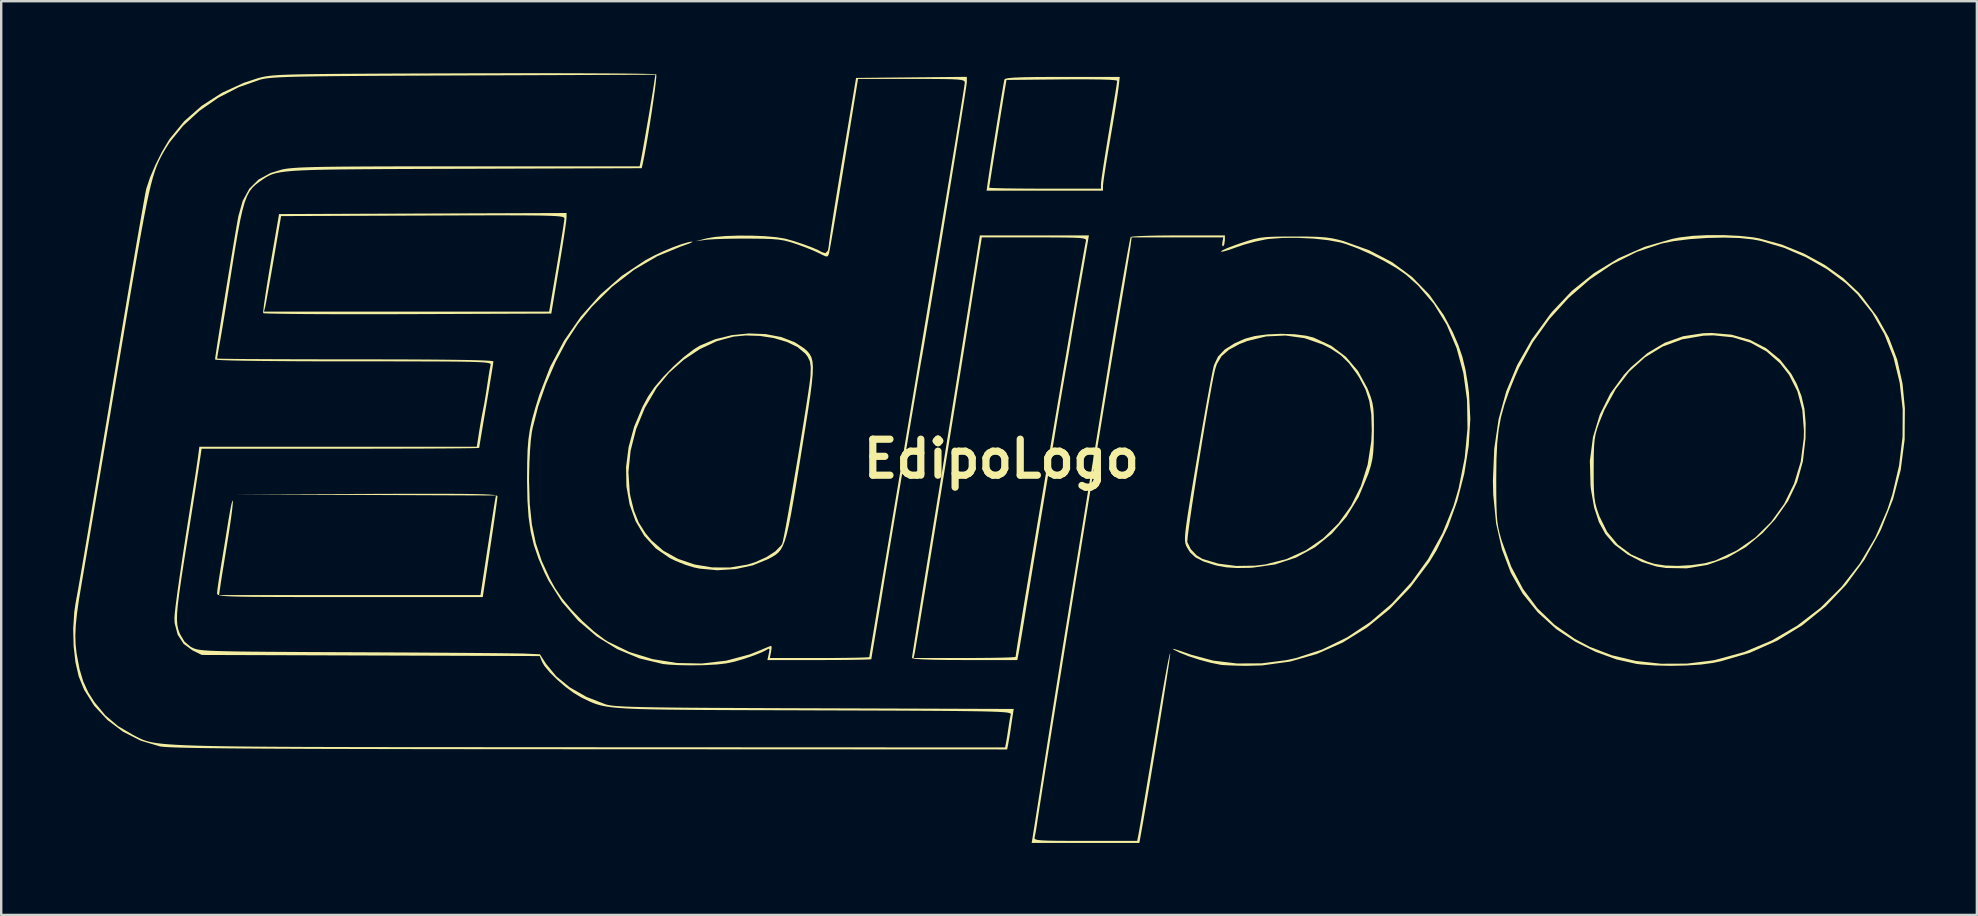
<source format=kicad_pcb>
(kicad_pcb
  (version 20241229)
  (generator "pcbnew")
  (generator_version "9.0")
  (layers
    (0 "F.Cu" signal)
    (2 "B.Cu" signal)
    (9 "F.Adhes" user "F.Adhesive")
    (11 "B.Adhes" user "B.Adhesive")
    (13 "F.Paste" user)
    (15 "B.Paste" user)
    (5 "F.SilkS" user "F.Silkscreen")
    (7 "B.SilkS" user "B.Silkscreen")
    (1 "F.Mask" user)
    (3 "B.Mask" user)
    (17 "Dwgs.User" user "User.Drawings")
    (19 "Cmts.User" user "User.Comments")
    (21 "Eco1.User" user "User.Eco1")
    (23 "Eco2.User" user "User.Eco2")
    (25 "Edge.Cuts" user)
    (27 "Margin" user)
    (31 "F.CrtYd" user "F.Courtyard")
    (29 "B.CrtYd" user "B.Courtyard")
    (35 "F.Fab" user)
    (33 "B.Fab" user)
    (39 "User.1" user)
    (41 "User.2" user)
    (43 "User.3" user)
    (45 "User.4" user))
  (footprint "EdipoLogo"
    (layer "F.Cu")
    (at 38.677 16.072)
    (property "Reference" "EdipoLogo" (at 0 0 0) (layer "F.SilkS") (effects (font (size 1.5 1.5) (thickness 0.3))))
    (attr board_only exclude_from_pos_files exclude_from_bom)
    (fp_poly (pts (xy -18.119 -10.061) (xy -18.132 -9.916) (xy -18.17 -9.638) (xy -18.226 -9.26) (xy -18.296 -8.816) (xy -18.338 -8.557) (xy -18.423 -8.048) (xy -18.507 -7.543) (xy -18.582 -7.093) (xy -18.64 -6.743) (xy -18.656 -6.646) (xy -18.755 -6.054) (xy -24.739 -6.032) (xy -25.73 -6.029) (xy -26.671 -6.028) (xy -27.548 -6.029) (xy -28.347 -6.032) (xy -29.056 -6.036) (xy -29.66 -6.042) (xy -30.145 -6.049) (xy -30.499 -6.057) (xy -30.708 -6.066) (xy -30.761 -6.074) (xy -30.759 -6.138) (xy -30.727 -6.138) (xy -24.785 -6.138) (xy -18.844 -6.138) (xy -18.528 -8.001) (xy -18.436 -8.549) (xy -18.354 -9.047) (xy -18.286 -9.469) (xy -18.237 -9.787) (xy -18.211 -9.977) (xy -18.208 -10.012) (xy -18.214 -10.041) (xy -18.242 -10.066) (xy -18.304 -10.087) (xy -18.411 -10.104) (xy -18.575 -10.118) (xy -18.808 -10.129) (xy -19.121 -10.138) (xy -19.526 -10.143) (xy -20.034 -10.147) (xy -20.657 -10.148) (xy -21.407 -10.148) (xy -22.296 -10.146) (xy -23.334 -10.142) (xy -24.109 -10.139) (xy -30.014 -10.118) (xy -30.321 -8.325) (xy -30.414 -7.784) (xy -30.501 -7.289) (xy -30.576 -6.868) (xy -30.634 -6.551) (xy -30.671 -6.363) (xy -30.677 -6.336) (xy -30.727 -6.138) (xy -30.759 -6.138) (xy -30.757 -6.172) (xy -30.728 -6.413) (xy -30.676 -6.774) (xy -30.605 -7.231) (xy -30.518 -7.76) (xy -30.449 -8.17) (xy -30.099 -10.202) (xy -24.109 -10.224) (xy -18.119 -10.246)) (stroke (width 0) (type solid)) (fill yes) (layer "F.SilkS"))
    (fp_poly (pts (xy -22.948 1.455) (xy -22.392 1.459) (xy -21.948 1.465) (xy -21.605 1.474) (xy -21.351 1.486) (xy -21.175 1.5) (xy -21.065 1.518) (xy -21.01 1.54) (xy -20.997 1.56) (xy -21.01 1.687) (xy -21.047 1.966) (xy -21.105 2.383) (xy -21.183 2.922) (xy -21.279 3.569) (xy -21.39 4.308) (xy -21.51 5.101) (xy -21.611 5.757) (xy -27.146 5.757) (xy -28.25 5.757) (xy -29.196 5.757) (xy -29.998 5.755) (xy -30.666 5.752) (xy -31.213 5.748) (xy -31.651 5.742) (xy -31.992 5.733) (xy -32.249 5.722) (xy -32.432 5.708) (xy -32.555 5.691) (xy -32.629 5.67) (xy -32.667 5.645) (xy -32.68 5.616) (xy -32.681 5.599) (xy -32.668 5.455) (xy -32.631 5.184) (xy -32.577 4.828) (xy -32.52 4.477) (xy -32.434 3.955) (xy -32.337 3.361) (xy -32.245 2.789) (xy -32.205 2.54) (xy -32.143 2.179) (xy -32.089 1.908) (xy -32.047 1.753) (xy -32.024 1.739) (xy -32.023 1.742) (xy -32.028 1.879) (xy -32.057 2.153) (xy -32.108 2.533) (xy -32.175 2.989) (xy -32.246 3.435) (xy -32.33 3.95) (xy -32.408 4.432) (xy -32.475 4.847) (xy -32.524 5.159) (xy -32.547 5.313) (xy -32.599 5.673) (xy -27.152 5.673) (xy -21.706 5.673) (xy -21.426 3.831) (xy -21.342 3.279) (xy -21.264 2.771) (xy -21.197 2.335) (xy -21.144 2.001) (xy -21.111 1.795) (xy -21.104 1.757) (xy -21.061 1.525) (xy -26.554 1.503) (xy -32.046 1.48) (xy -26.522 1.46) (xy -25.403 1.456) (xy -24.442 1.454) (xy -23.628 1.454)) (stroke (width 0) (type solid)) (fill yes) (layer "F.SilkS"))
    (fp_poly (pts (xy 4.883 -15.473) (xy 4.853 -15.252) (xy 4.798 -14.899) (xy 4.725 -14.446) (xy 4.639 -13.927) (xy 4.545 -13.376) (xy 4.533 -13.302) (xy 4.442 -12.77) (xy 4.362 -12.284) (xy 4.298 -11.874) (xy 4.254 -11.568) (xy 4.234 -11.393) (xy 4.233 -11.375) (xy 4.233 -11.176) (xy 1.809 -11.176) (xy -0.616 -11.176) (xy -0.598 -11.302) (xy -0.508 -11.302) (xy -0.427 -11.291) (xy -0.198 -11.282) (xy 0.157 -11.273) (xy 0.616 -11.267) (xy 1.158 -11.262) (xy 1.762 -11.261) (xy 1.82 -11.261) (xy 4.149 -11.261) (xy 4.149 -11.454) (xy 4.162 -11.59) (xy 4.201 -11.867) (xy 4.26 -12.259) (xy 4.336 -12.741) (xy 4.425 -13.287) (xy 4.487 -13.663) (xy 4.582 -14.229) (xy 4.666 -14.739) (xy 4.737 -15.171) (xy 4.789 -15.501) (xy 4.82 -15.703) (xy 4.826 -15.757) (xy 4.744 -15.779) (xy 4.508 -15.797) (xy 4.133 -15.809) (xy 3.635 -15.815) (xy 3.028 -15.816) (xy 2.52 -15.813) (xy 0.213 -15.79) (xy 0.148 -15.409) (xy 0.107 -15.162) (xy 0.049 -14.806) (xy -0.022 -14.37) (xy -0.1 -13.882) (xy -0.183 -13.368) (xy -0.265 -12.856) (xy -0.341 -12.375) (xy -0.408 -11.951) (xy -0.461 -11.612) (xy -0.496 -11.387) (xy -0.508 -11.302) (xy -0.598 -11.302) (xy -0.565 -11.536) (xy -0.519 -11.845) (xy -0.457 -12.252) (xy -0.382 -12.729) (xy -0.299 -13.25) (xy -0.213 -13.787) (xy -0.128 -14.313) (xy -0.048 -14.799) (xy 0.022 -15.22) (xy 0.078 -15.547) (xy 0.115 -15.754) (xy 0.127 -15.812) (xy 0.178 -15.844) (xy 0.314 -15.87) (xy 0.551 -15.889) (xy 0.902 -15.903) (xy 1.384 -15.912) (xy 2.009 -15.916) (xy 2.549 -15.917) (xy 4.934 -15.917)) (stroke (width 0) (type solid)) (fill yes) (layer "F.SilkS"))
    (fp_poly (pts (xy 30.428 -5.176) (xy 31.19 -4.961) (xy 31.867 -4.612) (xy 32.447 -4.136) (xy 32.917 -3.542) (xy 33.141 -3.129) (xy 33.341 -2.616) (xy 33.464 -2.088) (xy 33.515 -1.496) (xy 33.508 -0.848) (xy 33.4 0.099) (xy 33.161 0.96) (xy 32.781 1.757) (xy 32.25 2.512) (xy 31.717 3.094) (xy 31.016 3.677) (xy 30.243 4.121) (xy 29.417 4.418) (xy 28.559 4.561) (xy 27.69 4.546) (xy 27.304 4.486) (xy 26.695 4.296) (xy 26.093 3.983) (xy 25.565 3.584) (xy 25.535 3.556) (xy 25.173 3.136) (xy 24.898 2.634) (xy 24.7 2.026) (xy 24.57 1.288) (xy 24.55 1.115) (xy 24.532 0.423) (xy 24.682 0.423) (xy 24.683 0.933) (xy 24.692 1.313) (xy 24.712 1.601) (xy 24.748 1.837) (xy 24.806 2.059) (xy 24.89 2.306) (xy 24.922 2.394) (xy 25.242 3.04) (xy 25.685 3.571) (xy 26.251 3.988) (xy 26.945 4.292) (xy 27.22 4.374) (xy 27.655 4.442) (xy 28.186 4.459) (xy 28.753 4.427) (xy 29.293 4.352) (xy 29.743 4.235) (xy 29.766 4.226) (xy 30.64 3.817) (xy 31.413 3.279) (xy 32.075 2.626) (xy 32.618 1.873) (xy 33.032 1.032) (xy 33.308 0.118) (xy 33.435 -0.855) (xy 33.443 -1.172) (xy 33.375 -2.041) (xy 33.17 -2.815) (xy 32.824 -3.498) (xy 32.451 -3.979) (xy 31.882 -4.477) (xy 31.218 -4.842) (xy 30.474 -5.067) (xy 29.669 -5.148) (xy 29.252 -5.133) (xy 28.366 -4.981) (xy 27.552 -4.679) (xy 26.817 -4.23) (xy 26.165 -3.639) (xy 25.602 -2.909) (xy 25.131 -2.045) (xy 24.914 -1.513) (xy 24.825 -1.259) (xy 24.762 -1.035) (xy 24.722 -0.803) (xy 24.698 -0.522) (xy 24.686 -0.156) (xy 24.683 0.336) (xy 24.682 0.423) (xy 24.532 0.423) (xy 24.522 0.084) (xy 24.652 -0.907) (xy 24.936 -1.844) (xy 25.369 -2.716) (xy 25.947 -3.508) (xy 26.237 -3.82) (xy 26.92 -4.408) (xy 27.638 -4.836) (xy 28.406 -5.11) (xy 29.244 -5.237) (xy 29.597 -5.248)) (stroke (width 0) (type solid)) (fill yes) (layer "F.SilkS"))
    (fp_poly (pts (xy 12.748 -9.265) (xy 13.173 -9.253) (xy 13.507 -9.23) (xy 13.789 -9.19) (xy 14.056 -9.131) (xy 14.248 -9.079) (xy 15.326 -8.694) (xy 16.28 -8.197) (xy 17.113 -7.582) (xy 17.83 -6.847) (xy 18.436 -5.988) (xy 18.807 -5.288) (xy 19.038 -4.756) (xy 19.211 -4.251) (xy 19.34 -3.717) (xy 19.442 -3.099) (xy 19.486 -2.747) (xy 19.541 -1.669) (xy 19.473 -0.536) (xy 19.29 0.615) (xy 19 1.747) (xy 18.613 2.823) (xy 18.136 3.806) (xy 17.835 4.299) (xy 17.05 5.346) (xy 16.181 6.256) (xy 15.237 7.026) (xy 14.225 7.651) (xy 13.153 8.126) (xy 12.031 8.446) (xy 10.866 8.606) (xy 10.17 8.624) (xy 9.791 8.616) (xy 9.455 8.603) (xy 9.214 8.589) (xy 9.144 8.581) (xy 8.723 8.496) (xy 8.246 8.368) (xy 7.786 8.218) (xy 7.418 8.069) (xy 7.408 8.064) (xy 7.204 7.961) (xy 7.132 7.913) (xy 7.2 7.922) (xy 7.412 7.988) (xy 7.775 8.112) (xy 7.922 8.164) (xy 8.831 8.406) (xy 9.818 8.525) (xy 10.844 8.519) (xy 11.869 8.388) (xy 12.277 8.299) (xy 13.366 7.944) (xy 14.404 7.437) (xy 15.378 6.792) (xy 16.275 6.023) (xy 17.082 5.143) (xy 17.787 4.165) (xy 18.376 3.103) (xy 18.836 1.97) (xy 19.052 1.236) (xy 19.307 -0.038) (xy 19.423 -1.27) (xy 19.404 -2.452) (xy 19.251 -3.573) (xy 18.967 -4.621) (xy 18.556 -5.587) (xy 18.019 -6.46) (xy 17.358 -7.23) (xy 16.853 -7.679) (xy 16.464 -7.949) (xy 15.965 -8.238) (xy 15.411 -8.52) (xy 14.854 -8.768) (xy 14.349 -8.955) (xy 14.139 -9.016) (xy 13.63 -9.112) (xy 13.015 -9.179) (xy 12.357 -9.211) (xy 11.717 -9.208) (xy 11.156 -9.166) (xy 11.029 -9.148) (xy 10.596 -9.058) (xy 10.123 -8.93) (xy 9.758 -8.806) (xy 9.47 -8.704) (xy 9.255 -8.643) (xy 9.149 -8.634) (xy 9.144 -8.641) (xy 9.219 -8.696) (xy 9.422 -8.788) (xy 9.719 -8.901) (xy 9.97 -8.989) (xy 10.284 -9.092) (xy 10.543 -9.165) (xy 10.784 -9.214) (xy 11.048 -9.244) (xy 11.374 -9.26) (xy 11.801 -9.266) (xy 12.192 -9.267)) (stroke (width 0) (type solid)) (fill yes) (layer "F.SilkS"))
    (fp_poly (pts (xy -9.829 -5.201) (xy -9.18 -5.079) (xy -8.611 -4.862) (xy -8.213 -4.602) (xy -8.087 -4.489) (xy -7.989 -4.372) (xy -7.916 -4.235) (xy -7.871 -4.06) (xy -7.853 -3.831) (xy -7.862 -3.529) (xy -7.899 -3.138) (xy -7.963 -2.641) (xy -8.055 -2.02) (xy -8.175 -1.259) (xy -8.253 -0.776) (xy -8.412 0.211) (xy -8.548 1.045) (xy -8.665 1.739) (xy -8.766 2.31) (xy -8.857 2.769) (xy -8.941 3.132) (xy -9.023 3.413) (xy -9.107 3.626) (xy -9.196 3.785) (xy -9.295 3.904) (xy -9.409 3.997) (xy -9.541 4.079) (xy -9.695 4.163) (xy -9.716 4.174) (xy -10.353 4.435) (xy -11.076 4.592) (xy -11.836 4.64) (xy -12.581 4.571) (xy -12.816 4.522) (xy -13.172 4.412) (xy -13.568 4.253) (xy -13.816 4.133) (xy -14.402 3.73) (xy -14.878 3.212) (xy -15.241 2.598) (xy -15.491 1.903) (xy -15.624 1.145) (xy -15.635 0.555) (xy -15.54 0.555) (xy -15.484 1.412) (xy -15.458 1.557) (xy -15.31 2.159) (xy -15.111 2.652) (xy -14.833 3.092) (xy -14.586 3.39) (xy -14.085 3.827) (xy -13.473 4.166) (xy -12.784 4.4) (xy -12.049 4.522) (xy -11.302 4.525) (xy -10.573 4.402) (xy -10.25 4.3) (xy -9.791 4.094) (xy -9.42 3.853) (xy -9.174 3.602) (xy -9.134 3.538) (xy -9.103 3.423) (xy -9.049 3.162) (xy -8.975 2.778) (xy -8.887 2.293) (xy -8.787 1.727) (xy -8.678 1.104) (xy -8.566 0.445) (xy -8.452 -0.229) (xy -8.342 -0.894) (xy -8.239 -1.53) (xy -8.146 -2.115) (xy -8.067 -2.625) (xy -8.006 -3.041) (xy -7.966 -3.339) (xy -7.953 -3.471) (xy -7.943 -3.819) (xy -7.977 -4.061) (xy -8.07 -4.256) (xy -8.177 -4.395) (xy -8.492 -4.658) (xy -8.935 -4.873) (xy -9.468 -5.031) (xy -10.056 -5.124) (xy -10.661 -5.143) (xy -11.159 -5.095) (xy -11.86 -4.905) (xy -12.565 -4.574) (xy -13.24 -4.127) (xy -13.847 -3.588) (xy -14.352 -2.98) (xy -14.368 -2.956) (xy -14.857 -2.122) (xy -15.22 -1.24) (xy -15.45 -0.338) (xy -15.54 0.555) (xy -15.635 0.555) (xy -15.639 0.34) (xy -15.533 -0.494) (xy -15.303 -1.341) (xy -14.948 -2.184) (xy -14.72 -2.604) (xy -14.45 -2.994) (xy -14.085 -3.423) (xy -13.665 -3.854) (xy -13.23 -4.247) (xy -12.818 -4.563) (xy -12.564 -4.72) (xy -11.926 -4.987) (xy -11.235 -5.156) (xy -10.525 -5.227)) (stroke (width 0) (type solid)) (fill yes) (layer "F.SilkS"))
    (fp_poly (pts (xy 12.205 -5.195) (xy 12.706 -5.132) (xy 13.012 -5.054) (xy 13.741 -4.717) (xy 14.356 -4.255) (xy 14.858 -3.667) (xy 15.247 -2.953) (xy 15.3 -2.825) (xy 15.396 -2.567) (xy 15.461 -2.34) (xy 15.5 -2.101) (xy 15.519 -1.804) (xy 15.524 -1.405) (xy 15.523 -1.143) (xy 15.516 -0.656) (xy 15.497 -0.288) (xy 15.459 0.009) (xy 15.397 0.286) (xy 15.302 0.591) (xy 15.287 0.635) (xy 14.889 1.584) (xy 14.381 2.412) (xy 13.772 3.113) (xy 13.068 3.682) (xy 12.277 4.112) (xy 11.407 4.398) (xy 10.465 4.533) (xy 10.329 4.54) (xy 9.805 4.547) (xy 9.387 4.52) (xy 9.016 4.456) (xy 8.883 4.422) (xy 8.419 4.273) (xy 8.09 4.105) (xy 7.863 3.897) (xy 7.725 3.672) (xy 7.69 3.593) (xy 7.665 3.51) (xy 7.655 3.432) (xy 7.749 3.432) (xy 7.75 3.471) (xy 7.89 3.757) (xy 8.134 4.017) (xy 8.382 4.169) (xy 9.041 4.365) (xy 9.789 4.46) (xy 10.576 4.449) (xy 11.002 4.397) (xy 11.886 4.172) (xy 12.695 3.804) (xy 13.418 3.304) (xy 14.046 2.685) (xy 14.57 1.959) (xy 14.979 1.139) (xy 15.263 0.238) (xy 15.413 -0.732) (xy 15.434 -1.185) (xy 15.415 -1.85) (xy 15.332 -2.404) (xy 15.171 -2.897) (xy 14.917 -3.379) (xy 14.806 -3.551) (xy 14.479 -3.991) (xy 14.141 -4.322) (xy 13.733 -4.593) (xy 13.392 -4.766) (xy 12.638 -5.029) (xy 11.84 -5.141) (xy 11.032 -5.103) (xy 10.246 -4.913) (xy 9.925 -4.786) (xy 9.479 -4.545) (xy 9.172 -4.277) (xy 8.978 -3.949) (xy 8.901 -3.705) (xy 8.843 -3.44) (xy 8.768 -3.051) (xy 8.679 -2.559) (xy 8.579 -1.987) (xy 8.471 -1.356) (xy 8.36 -0.688) (xy 8.249 -0.003) (xy 8.141 0.676) (xy 8.039 1.329) (xy 7.947 1.932) (xy 7.869 2.466) (xy 7.807 2.908) (xy 7.766 3.237) (xy 7.749 3.432) (xy 7.655 3.432) (xy 7.651 3.404) (xy 7.651 3.26) (xy 7.666 3.061) (xy 7.698 2.792) (xy 7.749 2.435) (xy 7.821 1.974) (xy 7.916 1.393) (xy 8.036 0.676) (xy 8.16 -0.063) (xy 8.289 -0.822) (xy 8.414 -1.543) (xy 8.531 -2.206) (xy 8.637 -2.79) (xy 8.727 -3.275) (xy 8.799 -3.641) (xy 8.849 -3.868) (xy 8.86 -3.91) (xy 9.024 -4.259) (xy 9.304 -4.555) (xy 9.719 -4.817) (xy 10.148 -5.007) (xy 10.557 -5.118) (xy 11.074 -5.187) (xy 11.642 -5.212)) (stroke (width 0) (type solid)) (fill yes) (layer "F.SilkS"))
    (fp_poly (pts (xy 30.749 -9.294) (xy 31.326 -9.233) (xy 31.566 -9.191) (xy 32.518 -8.931) (xy 33.442 -8.556) (xy 34.307 -8.085) (xy 35.078 -7.536) (xy 35.725 -6.928) (xy 35.848 -6.786) (xy 36.49 -5.927) (xy 36.981 -5.051) (xy 37.331 -4.129) (xy 37.551 -3.134) (xy 37.649 -2.117) (xy 37.639 -0.8) (xy 37.476 0.459) (xy 37.155 1.685) (xy 36.672 2.903) (xy 36.596 3.066) (xy 35.958 4.211) (xy 35.203 5.242) (xy 34.34 6.151) (xy 33.377 6.932) (xy 32.322 7.577) (xy 31.185 8.081) (xy 29.973 8.435) (xy 29.645 8.503) (xy 29.147 8.57) (xy 28.54 8.61) (xy 27.883 8.624) (xy 27.235 8.609) (xy 26.655 8.566) (xy 26.461 8.542) (xy 25.624 8.354) (xy 24.76 8.039) (xy 23.924 7.623) (xy 23.169 7.127) (xy 23.108 7.08) (xy 22.35 6.394) (xy 21.724 5.618) (xy 21.228 4.745) (xy 20.86 3.771) (xy 20.616 2.691) (xy 20.496 1.498) (xy 20.482 0.908) (xy 20.487 0.785) (xy 20.622 0.785) (xy 20.622 0.889) (xy 20.624 1.491) (xy 20.631 1.955) (xy 20.644 2.313) (xy 20.666 2.597) (xy 20.701 2.836) (xy 20.752 3.064) (xy 20.821 3.312) (xy 20.856 3.429) (xy 21.245 4.489) (xy 21.736 5.418) (xy 22.336 6.223) (xy 23.052 6.913) (xy 23.891 7.498) (xy 24.516 7.83) (xy 25.429 8.181) (xy 26.433 8.418) (xy 27.492 8.535) (xy 28.571 8.53) (xy 29.632 8.399) (xy 29.747 8.377) (xy 30.957 8.047) (xy 32.098 7.569) (xy 33.161 6.95) (xy 34.134 6.203) (xy 35.006 5.336) (xy 35.768 4.36) (xy 36.409 3.284) (xy 36.917 2.118) (xy 37.125 1.481) (xy 37.407 0.275) (xy 37.551 -0.913) (xy 37.558 -2.067) (xy 37.432 -3.175) (xy 37.177 -4.222) (xy 36.794 -5.196) (xy 36.288 -6.083) (xy 35.66 -6.869) (xy 35.182 -7.324) (xy 34.407 -7.9) (xy 33.533 -8.399) (xy 32.61 -8.797) (xy 31.685 -9.072) (xy 31.305 -9.146) (xy 30.76 -9.203) (xy 30.106 -9.222) (xy 29.399 -9.206) (xy 28.693 -9.157) (xy 28.044 -9.079) (xy 27.517 -8.975) (xy 26.473 -8.624) (xy 25.468 -8.119) (xy 24.516 -7.475) (xy 23.635 -6.708) (xy 22.839 -5.83) (xy 22.145 -4.857) (xy 21.57 -3.803) (xy 21.402 -3.425) (xy 21.152 -2.802) (xy 20.96 -2.251) (xy 20.819 -1.735) (xy 20.722 -1.212) (xy 20.662 -0.645) (xy 20.631 0.008) (xy 20.622 0.785) (xy 20.487 0.785) (xy 20.538 -0.424) (xy 20.72 -1.657) (xy 21.036 -2.811) (xy 21.493 -3.909) (xy 22.098 -4.971) (xy 22.86 -6.018) (xy 22.957 -6.138) (xy 23.769 -6.997) (xy 24.696 -7.741) (xy 25.716 -8.359) (xy 26.81 -8.838) (xy 27.957 -9.168) (xy 28.265 -9.229) (xy 28.793 -9.293) (xy 29.423 -9.325) (xy 30.095 -9.325)) (stroke (width 0) (type solid)) (fill yes) (layer "F.SilkS"))
    (fp_poly (pts (xy 9.313 -9.107) (xy 9.287 -8.931) (xy 9.241 -8.855) (xy 9.201 -8.89) (xy 9.208 -9.02) (xy 9.248 -9.229) (xy 7.339 -9.229) (xy 5.429 -9.229) (xy 5.375 -8.826) (xy 5.345 -8.627) (xy 5.292 -8.291) (xy 5.219 -7.847) (xy 5.133 -7.327) (xy 5.037 -6.759) (xy 4.99 -6.477) (xy 4.9 -5.944) (xy 4.789 -5.279) (xy 4.659 -4.498) (xy 4.513 -3.612) (xy 4.353 -2.635) (xy 4.181 -1.581) (xy 3.998 -0.462) (xy 3.808 0.707) (xy 3.612 1.913) (xy 3.413 3.143) (xy 3.212 4.383) (xy 3.012 5.621) (xy 2.815 6.843) (xy 2.623 8.035) (xy 2.439 9.183) (xy 2.263 10.276) (xy 2.1 11.299) (xy 1.95 12.238) (xy 1.816 13.081) (xy 1.701 13.815) (xy 1.605 14.425) (xy 1.532 14.898) (xy 1.484 15.221) (xy 1.475 15.282) (xy 1.433 15.539) (xy 1.392 15.741) (xy 1.385 15.769) (xy 1.382 15.815) (xy 1.414 15.85) (xy 1.5 15.876) (xy 1.658 15.894) (xy 1.907 15.906) (xy 2.267 15.913) (xy 2.756 15.916) (xy 3.392 15.917) (xy 3.501 15.917) (xy 5.659 15.917) (xy 5.706 15.684) (xy 5.739 15.505) (xy 5.798 15.169) (xy 5.881 14.686) (xy 5.986 14.067) (xy 6.111 13.322) (xy 6.256 12.462) (xy 6.417 11.497) (xy 6.594 10.436) (xy 6.636 10.178) (xy 6.734 9.602) (xy 6.825 9.089) (xy 6.905 8.659) (xy 6.97 8.334) (xy 7.017 8.135) (xy 7.038 8.083) (xy 7.032 8.17) (xy 7.001 8.405) (xy 6.947 8.769) (xy 6.875 9.24) (xy 6.787 9.802) (xy 6.687 10.433) (xy 6.577 11.114) (xy 6.461 11.827) (xy 6.342 12.551) (xy 6.223 13.267) (xy 6.108 13.956) (xy 5.998 14.598) (xy 5.898 15.174) (xy 5.811 15.664) (xy 5.8 15.727) (xy 5.75 16.002) (xy 3.506 16.002) (xy 1.262 16.002) (xy 1.308 15.727) (xy 1.334 15.565) (xy 1.382 15.263) (xy 1.447 14.851) (xy 1.525 14.356) (xy 1.612 13.807) (xy 1.652 13.547) (xy 1.777 12.75) (xy 1.892 12.022) (xy 1.999 11.344) (xy 2.101 10.697) (xy 2.202 10.061) (xy 2.304 9.42) (xy 2.411 8.753) (xy 2.525 8.041) (xy 2.65 7.268) (xy 2.789 6.412) (xy 2.944 5.456) (xy 3.119 4.382) (xy 3.316 3.169) (xy 3.439 2.413) (xy 3.597 1.437) (xy 3.752 0.487) (xy 3.899 -0.422) (xy 4.037 -1.27) (xy 4.162 -2.042) (xy 4.272 -2.72) (xy 4.363 -3.287) (xy 4.434 -3.725) (xy 4.481 -4.017) (xy 4.488 -4.064) (xy 4.58 -4.633) (xy 4.681 -5.249) (xy 4.788 -5.89) (xy 4.897 -6.533) (xy 5.004 -7.157) (xy 5.105 -7.739) (xy 5.197 -8.257) (xy 5.275 -8.689) (xy 5.336 -9.011) (xy 5.376 -9.204) (xy 5.388 -9.247) (xy 5.481 -9.266) (xy 5.718 -9.283) (xy 6.077 -9.297) (xy 6.531 -9.307) (xy 7.058 -9.312) (xy 7.371 -9.313) (xy 9.313 -9.313)) (stroke (width 0) (type solid)) (fill yes) (layer "F.SilkS"))
    (fp_poly (pts (xy 3.602 -9.038) (xy 3.573 -8.87) (xy 3.521 -8.567) (xy 3.45 -8.159) (xy 3.366 -7.676) (xy 3.274 -7.151) (xy 3.267 -7.112) (xy 3.169 -6.553) (xy 3.075 -6.004) (xy 2.989 -5.505) (xy 2.92 -5.095) (xy 2.876 -4.826) (xy 2.822 -4.494) (xy 2.774 -4.211) (xy 2.742 -4.032) (xy 2.74 -4.022) (xy 2.712 -3.867) (xy 2.662 -3.584) (xy 2.598 -3.21) (xy 2.524 -2.783) (xy 2.449 -2.341) (xy 2.379 -1.923) (xy 2.32 -1.566) (xy 2.292 -1.397) (xy 2.262 -1.213) (xy 2.208 -0.885) (xy 2.133 -0.436) (xy 2.042 0.111) (xy 1.939 0.733) (xy 1.827 1.408) (xy 1.744 1.905) (xy 1.616 2.672) (xy 1.485 3.465) (xy 1.355 4.248) (xy 1.234 4.984) (xy 1.126 5.639) (xy 1.038 6.177) (xy 1.01 6.35) (xy 0.927 6.861) (xy 0.85 7.328) (xy 0.784 7.72) (xy 0.736 8.005) (xy 0.71 8.149) (xy 0.664 8.382) (xy -1.531 8.382) (xy -2.271 8.379) (xy -2.865 8.369) (xy -3.309 8.353) (xy -3.596 8.332) (xy -3.72 8.304) (xy -3.725 8.297) (xy -3.659 8.297) (xy -1.533 8.297) (xy -0.953 8.295) (xy -0.434 8.29) (xy 0.003 8.282) (xy 0.334 8.272) (xy 0.538 8.259) (xy 0.593 8.248) (xy 0.607 8.138) (xy 0.647 7.876) (xy 0.711 7.473) (xy 0.797 6.945) (xy 0.902 6.304) (xy 1.025 5.565) (xy 1.162 4.74) (xy 1.312 3.845) (xy 1.471 2.891) (xy 1.639 1.894) (xy 1.812 0.866) (xy 1.989 -0.179) (xy 2.166 -1.227) (xy 2.342 -2.264) (xy 2.514 -3.277) (xy 2.681 -4.252) (xy 2.838 -5.175) (xy 2.986 -6.034) (xy 3.12 -6.814) (xy 3.239 -7.501) (xy 3.341 -8.082) (xy 3.423 -8.544) (xy 3.482 -8.872) (xy 3.517 -9.053) (xy 3.524 -9.081) (xy 3.527 -9.126) (xy 3.496 -9.16) (xy 3.412 -9.186) (xy 3.255 -9.205) (xy 3.008 -9.217) (xy 2.651 -9.224) (xy 2.166 -9.228) (xy 1.534 -9.229) (xy 1.377 -9.229) (xy -0.814 -9.229) (xy -0.913 -8.615) (xy -0.958 -8.333) (xy -1.023 -7.923) (xy -1.102 -7.424) (xy -1.188 -6.877) (xy -1.271 -6.35) (xy -1.347 -5.865) (xy -1.442 -5.266) (xy -1.553 -4.569) (xy -1.678 -3.788) (xy -1.815 -2.938) (xy -1.96 -2.034) (xy -2.113 -1.09) (xy -2.269 -0.121) (xy -2.427 0.859) (xy -2.585 1.834) (xy -2.74 2.79) (xy -2.89 3.712) (xy -3.032 4.585) (xy -3.164 5.395) (xy -3.284 6.127) (xy -3.389 6.767) (xy -3.476 7.299) (xy -3.545 7.709) (xy -3.591 7.983) (xy -3.613 8.104) (xy -3.613 8.107) (xy -3.659 8.297) (xy -3.725 8.297) (xy -3.725 8.297) (xy -3.712 8.197) (xy -3.674 7.949) (xy -3.614 7.568) (xy -3.535 7.074) (xy -3.44 6.483) (xy -3.332 5.813) (xy -3.213 5.082) (xy -3.14 4.635) (xy -2.876 3.018) (xy -2.626 1.483) (xy -2.383 -0.013) (xy -2.142 -1.51) (xy -1.895 -3.05) (xy -1.635 -4.673) (xy -1.356 -6.421) (xy -1.344 -6.498) (xy -0.896 -9.313) (xy 1.376 -9.313) (xy 3.648 -9.313)) (stroke (width 0) (type solid)) (fill yes) (layer "F.SilkS"))
    (fp_poly (pts (xy -1.439 -15.695) (xy -1.453 -15.587) (xy -1.491 -15.33) (xy -1.552 -14.938) (xy -1.633 -14.429) (xy -1.73 -13.82) (xy -1.841 -13.127) (xy -1.964 -12.367) (xy -2.096 -11.557) (xy -2.234 -10.712) (xy -2.375 -9.851) (xy -2.516 -8.989) (xy -2.656 -8.143) (xy -2.79 -7.33) (xy -2.917 -6.566) (xy -3.033 -5.868) (xy -3.137 -5.253) (xy -3.224 -4.738) (xy -3.293 -4.338) (xy -3.341 -4.071) (xy -3.342 -4.064) (xy -3.371 -3.902) (xy -3.424 -3.592) (xy -3.499 -3.155) (xy -3.591 -2.61) (xy -3.698 -1.976) (xy -3.817 -1.274) (xy -3.943 -0.522) (xy -4.075 0.259) (xy -4.207 1.049) (xy -4.338 1.83) (xy -4.464 2.582) (xy -4.581 3.284) (xy -4.687 3.917) (xy -4.777 4.462) (xy -4.85 4.898) (xy -4.9 5.207) (xy -4.914 5.292) (xy -5 5.827) (xy -5.1 6.433) (xy -5.198 7.019) (xy -5.247 7.311) (xy -5.313 7.702) (xy -5.368 8.027) (xy -5.405 8.254) (xy -5.419 8.348) (xy -5.419 8.348) (xy -5.5 8.357) (xy -5.727 8.365) (xy -6.08 8.372) (xy -6.534 8.378) (xy -7.068 8.381) (xy -7.584 8.382) (xy -9.75 8.382) (xy -9.693 8.121) (xy -9.661 7.945) (xy -9.695 7.907) (xy -9.825 7.98) (xy -9.834 7.986) (xy -10.005 8.069) (xy -10.286 8.181) (xy -10.628 8.301) (xy -10.753 8.342) (xy -11.123 8.45) (xy -11.467 8.522) (xy -11.843 8.566) (xy -12.308 8.592) (xy -12.531 8.599) (xy -12.995 8.603) (xy -13.452 8.594) (xy -13.846 8.574) (xy -14.097 8.548) (xy -15.079 8.314) (xy -16.006 7.927) (xy -16.863 7.398) (xy -17.636 6.739) (xy -18.31 5.961) (xy -18.869 5.076) (xy -19.042 4.729) (xy -19.291 4.149) (xy -19.479 3.597) (xy -19.613 3.034) (xy -19.701 2.423) (xy -19.749 1.725) (xy -19.764 0.903) (xy -19.764 0.804) (xy -19.759 0.152) (xy -19.743 -0.374) (xy -19.707 -0.819) (xy -19.647 -1.227) (xy -19.556 -1.642) (xy -19.427 -2.107) (xy -19.254 -2.667) (xy -18.804 -3.833) (xy -18.221 -4.928) (xy -17.521 -5.935) (xy -16.715 -6.84) (xy -15.819 -7.624) (xy -14.844 -8.272) (xy -14.478 -8.468) (xy -14.081 -8.654) (xy -13.678 -8.822) (xy -13.312 -8.954) (xy -13.023 -9.036) (xy -12.877 -9.056) (xy -12.884 -9.031) (xy -13.024 -8.968) (xy -13.269 -8.88) (xy -13.335 -8.858) (xy -14.338 -8.445) (xy -15.306 -7.879) (xy -16.219 -7.174) (xy -17.056 -6.348) (xy -17.642 -5.63) (xy -18.123 -4.893) (xy -18.575 -4.039) (xy -18.975 -3.118) (xy -19.301 -2.184) (xy -19.531 -1.288) (xy -19.567 -1.101) (xy -19.607 -0.786) (xy -19.641 -0.351) (xy -19.666 0.155) (xy -19.679 0.683) (xy -19.681 0.889) (xy -19.653 1.872) (xy -19.563 2.734) (xy -19.4 3.514) (xy -19.155 4.249) (xy -18.818 4.981) (xy -18.602 5.376) (xy -18.307 5.811) (xy -17.91 6.287) (xy -17.452 6.761) (xy -16.978 7.189) (xy -16.53 7.528) (xy -16.394 7.614) (xy -15.499 8.047) (xy -14.53 8.344) (xy -13.515 8.505) (xy -12.484 8.526) (xy -11.465 8.408) (xy -10.487 8.147) (xy -10.035 7.968) (xy -9.799 7.867) (xy -9.633 7.802) (xy -9.588 7.789) (xy -9.573 7.861) (xy -9.595 8.035) (xy -9.597 8.043) (xy -9.648 8.297) (xy -7.576 8.297) (xy -7.003 8.296) (xy -6.492 8.291) (xy -6.064 8.284) (xy -5.742 8.276) (xy -5.549 8.265) (xy -5.503 8.257) (xy -5.49 8.169) (xy -5.45 7.927) (xy -5.386 7.543) (xy -5.301 7.031) (xy -5.196 6.402) (xy -5.074 5.669) (xy -4.936 4.846) (xy -4.785 3.945) (xy -4.623 2.978) (xy -4.452 1.958) (xy -4.397 1.632) (xy -4.019 -0.617) (xy -3.667 -2.715) (xy -3.341 -4.66) (xy -3.042 -6.451) (xy -2.768 -8.088) (xy -2.522 -9.568) (xy -2.302 -10.891) (xy -2.109 -12.055) (xy -1.943 -13.061) (xy -1.804 -13.905) (xy -1.694 -14.588) (xy -1.61 -15.107) (xy -1.555 -15.463) (xy -1.528 -15.653) (xy -1.525 -15.684) (xy -1.535 -15.729) (xy -1.579 -15.764) (xy -1.674 -15.79) (xy -1.841 -15.809) (xy -2.098 -15.821) (xy -2.463 -15.828) (xy -2.957 -15.832) (xy -3.597 -15.833) (xy -3.748 -15.833) (xy -5.973 -15.833) (xy -6.556 -12.255) (xy -6.68 -11.494) (xy -6.798 -10.78) (xy -6.907 -10.134) (xy -7.002 -9.572) (xy -7.081 -9.113) (xy -7.142 -8.774) (xy -7.18 -8.575) (xy -7.191 -8.53) (xy -7.235 -8.444) (xy -7.314 -8.436) (xy -7.476 -8.508) (xy -7.56 -8.553) (xy -7.798 -8.664) (xy -8.129 -8.8) (xy -8.489 -8.933) (xy -8.532 -8.948) (xy -8.797 -9.035) (xy -9.033 -9.096) (xy -9.279 -9.137) (xy -9.574 -9.161) (xy -9.955 -9.174) (xy -10.462 -9.179) (xy -10.541 -9.18) (xy -11.041 -9.178) (xy -11.516 -9.17) (xy -11.924 -9.156) (xy -12.225 -9.138) (xy -12.319 -9.128) (xy -12.742 -9.07) (xy -12.277 -9.191) (xy -11.94 -9.249) (xy -11.481 -9.287) (xy -10.949 -9.304) (xy -10.388 -9.302) (xy -9.847 -9.28) (xy -9.372 -9.238) (xy -9.009 -9.178) (xy -8.993 -9.174) (xy -8.64 -9.074) (xy -8.264 -8.95) (xy -7.912 -8.82) (xy -7.632 -8.701) (xy -7.476 -8.615) (xy -7.331 -8.574) (xy -7.228 -8.68) (xy -7.193 -8.874) (xy -7.179 -9.005) (xy -7.139 -9.285) (xy -7.077 -9.692) (xy -6.996 -10.21) (xy -6.898 -10.817) (xy -6.787 -11.496) (xy -6.666 -12.227) (xy -6.622 -12.488) (xy -6.054 -15.875) (xy -3.747 -15.898) (xy -1.439 -15.92)) (stroke (width 0) (type solid)) (fill yes) (layer "F.SilkS"))
    (fp_poly (pts (xy -18.153 -16.07) (xy -17.27 -16.067) (xy -16.482 -16.063) (xy -15.802 -16.058) (xy -15.24 -16.052) (xy -14.81 -16.044) (xy -14.522 -16.036) (xy -14.389 -16.026) (xy -14.381 -16.024) (xy -14.378 -15.928) (xy -14.4 -15.695) (xy -14.442 -15.353) (xy -14.501 -14.93) (xy -14.57 -14.455) (xy -14.647 -13.958) (xy -14.727 -13.466) (xy -14.806 -13.01) (xy -14.879 -12.616) (xy -14.941 -12.315) (xy -14.944 -12.3) (xy -14.988 -12.113) (xy -22.374 -12.088) (xy -23.698 -12.084) (xy -24.863 -12.08) (xy -25.881 -12.075) (xy -26.762 -12.069) (xy -27.519 -12.062) (xy -28.162 -12.052) (xy -28.701 -12.039) (xy -29.149 -12.022) (xy -29.516 -12.001) (xy -29.813 -11.974) (xy -30.051 -11.941) (xy -30.241 -11.902) (xy -30.395 -11.856) (xy -30.523 -11.801) (xy -30.637 -11.738) (xy -30.747 -11.666) (xy -30.865 -11.584) (xy -30.897 -11.562) (xy -31.061 -11.439) (xy -31.201 -11.309) (xy -31.323 -11.153) (xy -31.429 -10.956) (xy -31.527 -10.699) (xy -31.621 -10.368) (xy -31.717 -9.944) (xy -31.818 -9.411) (xy -31.931 -8.753) (xy -32.06 -7.952) (xy -32.133 -7.493) (xy -32.228 -6.892) (xy -32.322 -6.304) (xy -32.41 -5.764) (xy -32.486 -5.309) (xy -32.544 -4.972) (xy -32.56 -4.88) (xy -32.617 -4.566) (xy -32.659 -4.322) (xy -32.68 -4.192) (xy -32.681 -4.182) (xy -32.599 -4.176) (xy -32.361 -4.171) (xy -31.981 -4.166) (xy -31.473 -4.161) (xy -30.851 -4.158) (xy -30.128 -4.154) (xy -29.318 -4.152) (xy -28.436 -4.15) (xy -27.493 -4.149) (xy -26.924 -4.149) (xy -25.663 -4.147) (xy -24.552 -4.144) (xy -23.594 -4.138) (xy -22.791 -4.129) (xy -22.146 -4.119) (xy -21.661 -4.106) (xy -21.339 -4.09) (xy -21.182 -4.073) (xy -21.167 -4.065) (xy -21.18 -3.959) (xy -21.218 -3.713) (xy -21.277 -3.352) (xy -21.351 -2.902) (xy -21.437 -2.39) (xy -21.463 -2.238) (xy -21.551 -1.716) (xy -21.629 -1.253) (xy -21.693 -0.874) (xy -21.737 -0.605) (xy -21.758 -0.47) (xy -21.759 -0.459) (xy -21.842 -0.453) (xy -22.08 -0.447) (xy -22.46 -0.442) (xy -22.968 -0.437) (xy -23.59 -0.433) (xy -24.314 -0.429) (xy -25.124 -0.427) (xy -26.008 -0.425) (xy -26.951 -0.424) (xy -27.542 -0.423) (xy -33.325 -0.423) (xy -33.477 0.572) (xy -33.536 0.95) (xy -33.614 1.456) (xy -33.708 2.05) (xy -33.809 2.692) (xy -33.912 3.342) (xy -33.956 3.622) (xy -34.086 4.443) (xy -34.188 5.114) (xy -34.264 5.656) (xy -34.317 6.087) (xy -34.346 6.425) (xy -34.353 6.688) (xy -34.34 6.896) (xy -34.308 7.067) (xy -34.258 7.219) (xy -34.223 7.304) (xy -34.035 7.62) (xy -33.782 7.829) (xy -33.722 7.861) (xy -33.656 7.892) (xy -33.581 7.919) (xy -33.485 7.943) (xy -33.355 7.963) (xy -33.181 7.98) (xy -32.95 7.994) (xy -32.651 8.006) (xy -32.272 8.016) (xy -31.802 8.025) (xy -31.228 8.032) (xy -30.538 8.038) (xy -29.722 8.043) (xy -28.766 8.049) (xy -27.661 8.054) (xy -26.921 8.057) (xy -25.872 8.062) (xy -24.859 8.067) (xy -23.899 8.073) (xy -23.004 8.079) (xy -22.19 8.085) (xy -21.471 8.091) (xy -20.863 8.097) (xy -20.379 8.103) (xy -20.034 8.108) (xy -19.843 8.113) (xy -19.838 8.114) (xy -19.228 8.142) (xy -18.971 8.542) (xy -18.545 9.061) (xy -17.977 9.524) (xy -17.288 9.917) (xy -16.5 10.224) (xy -16.481 10.23) (xy -16.393 10.253) (xy -16.277 10.273) (xy -16.123 10.291) (xy -15.921 10.306) (xy -15.661 10.32) (xy -15.332 10.332) (xy -14.924 10.343) (xy -14.427 10.352) (xy -13.832 10.36) (xy -13.126 10.367) (xy -12.302 10.373) (xy -11.347 10.378) (xy -10.253 10.383) (xy -9.009 10.388) (xy -7.765 10.392) (xy 0.515 10.42) (xy 0.469 10.713) (xy 0.424 11.011) (xy 0.379 11.32) (xy 0.378 11.324) (xy 0.334 11.607) (xy 0.289 11.862) (xy 0.287 11.874) (xy 0.241 12.107) (xy -17.131 12.099) (xy -19.22 12.098) (xy -21.147 12.097) (xy -22.916 12.095) (xy -24.535 12.093) (xy -26.01 12.09) (xy -27.347 12.087) (xy -28.553 12.084) (xy -29.633 12.079) (xy -30.594 12.075) (xy -31.442 12.069) (xy -32.183 12.063) (xy -32.824 12.056) (xy -33.372 12.049) (xy -33.831 12.04) (xy -34.209 12.031) (xy -34.512 12.021) (xy -34.746 12.01) (xy -34.918 11.998) (xy -35.033 11.985) (xy -35.064 11.979) (xy -35.863 11.742) (xy -36.599 11.369) (xy -37.251 10.879) (xy -37.799 10.29) (xy -38.222 9.62) (xy -38.447 9.066) (xy -38.582 8.484) (xy -38.659 7.802) (xy -38.67 7.368) (xy -38.588 7.368) (xy -38.575 7.743) (xy -38.535 8.105) (xy -38.531 8.128) (xy -38.412 8.759) (xy -38.258 9.274) (xy -38.05 9.726) (xy -37.792 10.134) (xy -37.335 10.688) (xy -36.811 11.132) (xy -36.184 11.501) (xy -36.072 11.559) (xy -35.969 11.612) (xy -35.871 11.66) (xy -35.768 11.705) (xy -35.654 11.745) (xy -35.523 11.782) (xy -35.366 11.815) (xy -35.178 11.845) (xy -34.95 11.872) (xy -34.677 11.895) (xy -34.351 11.916) (xy -33.964 11.934) (xy -33.511 11.949) (xy -32.983 11.963) (xy -32.374 11.974) (xy -31.678 11.983) (xy -30.886 11.991) (xy -29.992 11.997) (xy -28.988 12.002) (xy -27.869 12.005) (xy -26.626 12.008) (xy -25.253 12.01) (xy -23.743 12.011) (xy -22.089 12.012) (xy -20.283 12.013) (xy -18.319 12.014) (xy -17.131 12.015) (xy 0.156 12.023) (xy 0.2 11.79) (xy 0.241 11.557) (xy 0.286 11.261) (xy 0.298 11.176) (xy 0.34 10.91) (xy 0.38 10.697) (xy 0.392 10.649) (xy 0.392 10.625) (xy 0.369 10.604) (xy 0.314 10.585) (xy 0.218 10.568) (xy 0.07 10.554) (xy -0.139 10.541) (xy -0.419 10.531) (xy -0.78 10.521) (xy -1.231 10.514) (xy -1.783 10.507) (xy -2.446 10.501) (xy -3.228 10.496) (xy -4.14 10.491) (xy -5.192 10.487) (xy -6.393 10.483) (xy -7.753 10.479) (xy -7.806 10.478) (xy -9.202 10.474) (xy -10.439 10.471) (xy -11.529 10.467) (xy -12.482 10.462) (xy -13.308 10.455) (xy -14.019 10.447) (xy -14.625 10.436) (xy -15.137 10.422) (xy -15.566 10.403) (xy -15.922 10.381) (xy -16.216 10.353) (xy -16.459 10.32) (xy -16.662 10.28) (xy -16.836 10.233) (xy -16.99 10.18) (xy -17.137 10.117) (xy -17.286 10.047) (xy -17.449 9.967) (xy -17.512 9.936) (xy -17.821 9.753) (xy -18.166 9.497) (xy -18.509 9.201) (xy -18.813 8.901) (xy -19.039 8.631) (xy -19.134 8.468) (xy -19.238 8.216) (xy -26.277 8.193) (xy -33.316 8.17) (xy -33.711 7.976) (xy -34.074 7.707) (xy -34.324 7.324) (xy -34.448 6.852) (xy -34.459 6.644) (xy -34.445 6.438) (xy -34.403 6.071) (xy -34.334 5.552) (xy -34.239 4.887) (xy -34.12 4.084) (xy -33.977 3.149) (xy -33.811 2.089) (xy -33.647 1.058) (xy -33.584 0.659) (xy -33.526 0.271) (xy -33.481 -0.039) (xy -33.472 -0.106) (xy -33.42 -0.508) (xy -27.64 -0.508) (xy -21.859 -0.508) (xy -21.764 -1.122) (xy -21.704 -1.484) (xy -21.642 -1.831) (xy -21.593 -2.074) (xy -21.544 -2.326) (xy -21.485 -2.675) (xy -21.428 -3.05) (xy -21.422 -3.09) (xy -21.371 -3.428) (xy -21.324 -3.714) (xy -21.288 -3.895) (xy -21.283 -3.916) (xy -21.282 -3.945) (xy -21.304 -3.97) (xy -21.361 -3.991) (xy -21.464 -4.009) (xy -21.627 -4.024) (xy -21.859 -4.035) (xy -22.173 -4.045) (xy -22.58 -4.052) (xy -23.093 -4.057) (xy -23.722 -4.06) (xy -24.48 -4.062) (xy -25.379 -4.064) (xy -26.429 -4.064) (xy -27.003 -4.064) (xy -28.126 -4.065) (xy -29.148 -4.068) (xy -30.061 -4.074) (xy -30.857 -4.081) (xy -31.526 -4.09) (xy -32.06 -4.101) (xy -32.45 -4.114) (xy -32.689 -4.128) (xy -32.766 -4.143) (xy -32.753 -4.251) (xy -32.715 -4.504) (xy -32.658 -4.876) (xy -32.584 -5.345) (xy -32.497 -5.887) (xy -32.401 -6.479) (xy -32.301 -7.097) (xy -32.199 -7.718) (xy -32.1 -8.318) (xy -32.008 -8.874) (xy -31.926 -9.362) (xy -31.858 -9.759) (xy -31.808 -10.041) (xy -31.794 -10.114) (xy -31.614 -10.753) (xy -31.338 -11.258) (xy -30.954 -11.64) (xy -30.45 -11.914) (xy -29.972 -12.059) (xy -29.849 -12.083) (xy -29.697 -12.104) (xy -29.505 -12.122) (xy -29.262 -12.138) (xy -28.956 -12.151) (xy -28.577 -12.162) (xy -28.112 -12.171) (xy -27.552 -12.178) (xy -26.883 -12.183) (xy -26.096 -12.187) (xy -25.179 -12.19) (xy -24.121 -12.191) (xy -22.911 -12.192) (xy -22.231 -12.192) (xy -15.074 -12.192) (xy -15.034 -12.383) (xy -14.998 -12.568) (xy -14.94 -12.884) (xy -14.868 -13.293) (xy -14.787 -13.756) (xy -14.704 -14.238) (xy -14.626 -14.7) (xy -14.558 -15.106) (xy -14.507 -15.418) (xy -14.492 -15.518) (xy -14.418 -16.008) (xy -22.385 -15.978) (xy -23.738 -15.973) (xy -24.932 -15.967) (xy -25.979 -15.962) (xy -26.887 -15.956) (xy -27.67 -15.95) (xy -28.336 -15.942) (xy -28.897 -15.934) (xy -29.364 -15.925) (xy -29.747 -15.914) (xy -30.057 -15.901) (xy -30.304 -15.886) (xy -30.5 -15.869) (xy -30.655 -15.85) (xy -30.779 -15.828) (xy -30.883 -15.804) (xy -30.894 -15.801) (xy -31.781 -15.488) (xy -32.63 -15.05) (xy -33.412 -14.507) (xy -34.097 -13.881) (xy -34.657 -13.194) (xy -34.834 -12.916) (xy -34.937 -12.736) (xy -35.031 -12.563) (xy -35.118 -12.385) (xy -35.2 -12.192) (xy -35.279 -11.971) (xy -35.358 -11.714) (xy -35.44 -11.407) (xy -35.526 -11.04) (xy -35.619 -10.603) (xy -35.722 -10.083) (xy -35.836 -9.471) (xy -35.965 -8.754) (xy -36.11 -7.923) (xy -36.275 -6.965) (xy -36.46 -5.87) (xy -36.669 -4.627) (xy -36.831 -3.666) (xy -37.023 -2.523) (xy -37.21 -1.405) (xy -37.392 -0.327) (xy -37.564 0.696) (xy -37.725 1.651) (xy -37.872 2.523) (xy -38.003 3.298) (xy -38.115 3.962) (xy -38.206 4.499) (xy -38.274 4.897) (xy -38.313 5.122) (xy -38.435 5.856) (xy -38.52 6.454) (xy -38.57 6.948) (xy -38.588 7.368) (xy -38.67 7.368) (xy -38.677 7.082) (xy -38.633 6.384) (xy -38.578 6.011) (xy -38.537 5.788) (xy -38.49 5.531) (xy -38.437 5.231) (xy -38.375 4.878) (xy -38.303 4.462) (xy -38.219 3.972) (xy -38.122 3.399) (xy -38.009 2.733) (xy -37.879 1.964) (xy -37.731 1.081) (xy -37.562 0.074) (xy -37.371 -1.066) (xy -37.156 -2.349) (xy -36.916 -3.786) (xy -36.827 -4.318) (xy -36.652 -5.36) (xy -36.484 -6.361) (xy -36.324 -7.306) (xy -36.174 -8.183) (xy -36.038 -8.978) (xy -35.917 -9.677) (xy -35.814 -10.266) (xy -35.731 -10.733) (xy -35.671 -11.063) (xy -35.635 -11.242) (xy -35.631 -11.261) (xy -35.478 -11.722) (xy -35.252 -12.252) (xy -34.983 -12.788) (xy -34.701 -13.264) (xy -34.645 -13.349) (xy -34.05 -14.072) (xy -33.323 -14.711) (xy -32.487 -15.25) (xy -31.565 -15.672) (xy -30.999 -15.858) (xy -30.888 -15.889) (xy -30.777 -15.916) (xy -30.655 -15.94) (xy -30.513 -15.96) (xy -30.338 -15.978) (xy -30.12 -15.994) (xy -29.848 -16.007) (xy -29.511 -16.018) (xy -29.099 -16.027) (xy -28.599 -16.035) (xy -28.002 -16.041) (xy -27.296 -16.047) (xy -26.471 -16.051) (xy -25.515 -16.056) (xy -24.418 -16.06) (xy -23.169 -16.064) (xy -22.402 -16.067) (xy -21.256 -16.07) (xy -20.157 -16.071) (xy -19.119 -16.072)) (stroke (width 0) (type solid)) (fill yes) (layer "F.SilkS")))
  (gr_rect
    (start -3 -3)
    (end 79.326 35.074)
    (stroke (width 0.1) (type default))
    (fill no)
    (layer "Edge.Cuts")))
</source>
